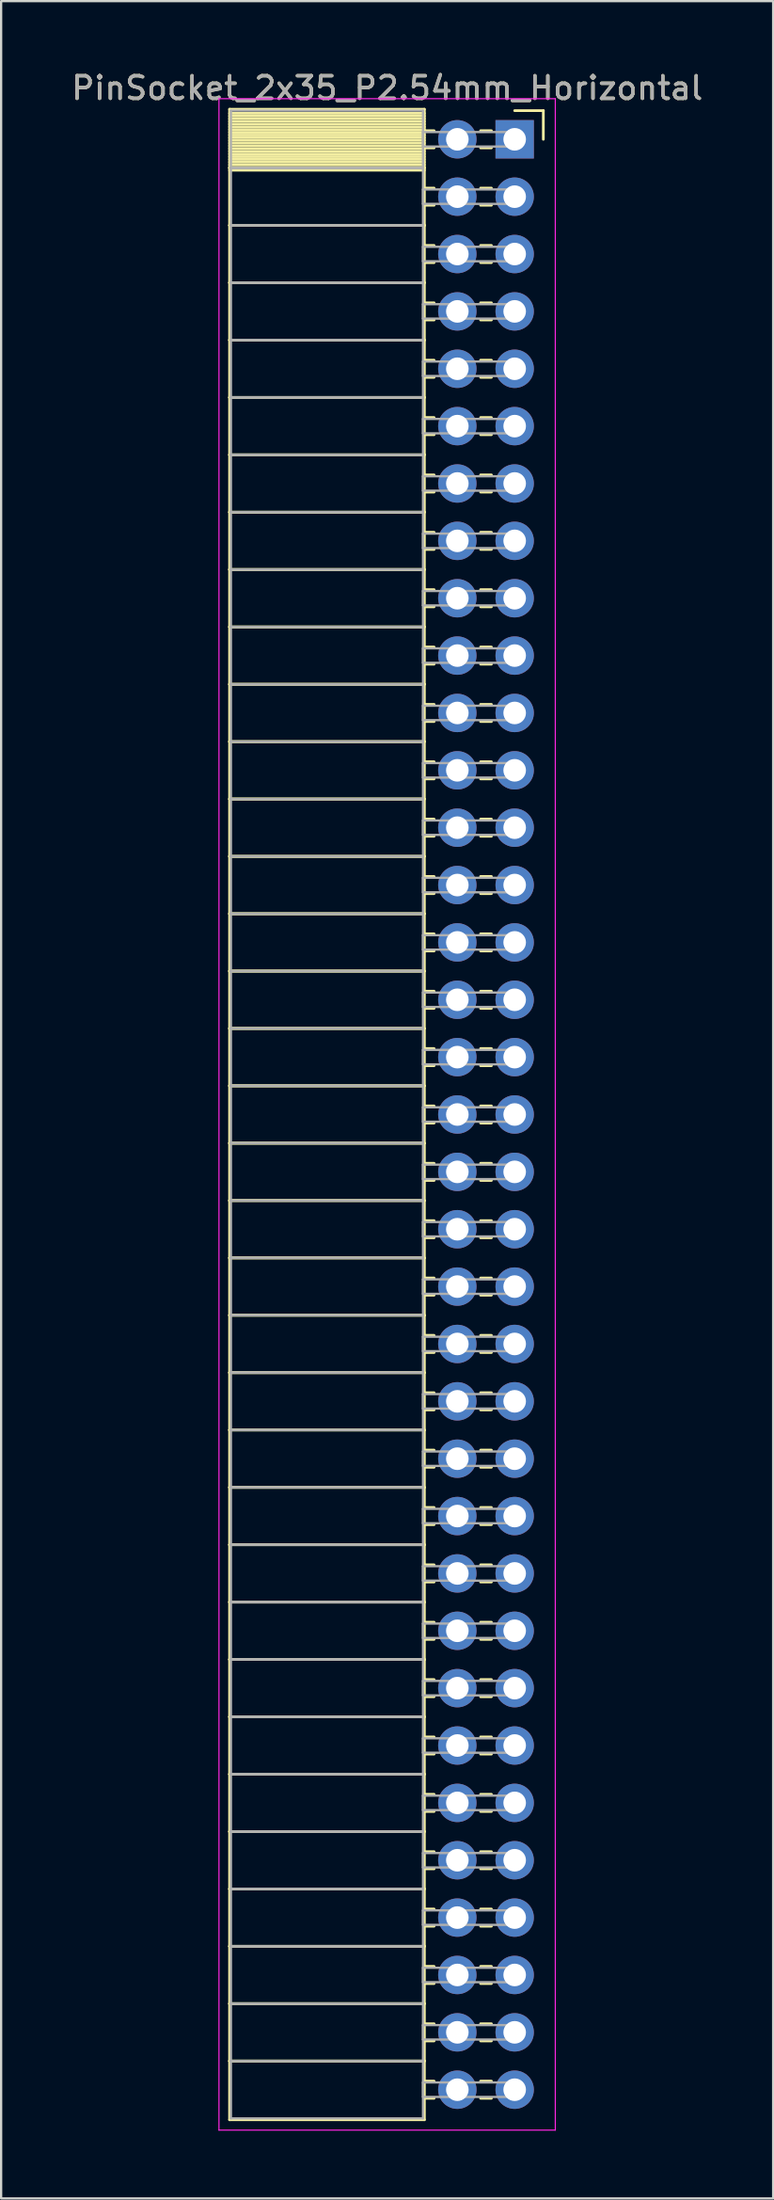
<source format=kicad_pcb>
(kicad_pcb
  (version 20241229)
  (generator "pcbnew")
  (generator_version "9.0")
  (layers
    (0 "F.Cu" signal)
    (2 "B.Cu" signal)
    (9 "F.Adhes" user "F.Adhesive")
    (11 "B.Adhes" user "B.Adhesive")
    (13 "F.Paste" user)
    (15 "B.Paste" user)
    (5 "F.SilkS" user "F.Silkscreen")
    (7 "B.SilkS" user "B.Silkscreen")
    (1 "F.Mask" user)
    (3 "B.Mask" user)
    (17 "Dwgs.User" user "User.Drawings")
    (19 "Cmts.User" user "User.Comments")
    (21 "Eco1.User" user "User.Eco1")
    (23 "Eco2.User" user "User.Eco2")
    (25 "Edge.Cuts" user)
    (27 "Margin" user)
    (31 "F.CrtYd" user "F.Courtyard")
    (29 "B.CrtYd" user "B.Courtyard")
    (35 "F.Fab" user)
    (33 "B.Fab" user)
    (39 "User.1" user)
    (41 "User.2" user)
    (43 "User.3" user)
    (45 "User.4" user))
  (footprint "PinSocket_2x35_P2.54mm_Horizontal"
    (layer "F.Cu")
    (at 19.751 3.118)
    (property "Reference" "PinSocket_2x35_P2.54mm_Horizontal" (at -5.65 -2.27 0) (layer "F.SilkS") (effects (font (size 1 1) (thickness 0.15))))
    (attr through_hole)
    (fp_line (start -12.63 -1.33) (end -4 -1.33) (stroke (width 0.12) (type solid)) (layer "F.SilkS"))
    (fp_line (start -12.63 1.27) (end -12.63 -1.33) (stroke (width 0.12) (type solid)) (layer "F.SilkS"))
    (fp_line (start -12.63 1.27) (end -4 1.27) (stroke (width 0.12) (type solid)) (layer "F.SilkS"))
    (fp_line (start -12.63 3.81) (end -12.63 1.27) (stroke (width 0.12) (type solid)) (layer "F.SilkS"))
    (fp_line (start -12.63 3.81) (end -4 3.81) (stroke (width 0.12) (type solid)) (layer "F.SilkS"))
    (fp_line (start -12.63 6.35) (end -12.63 3.81) (stroke (width 0.12) (type solid)) (layer "F.SilkS"))
    (fp_line (start -12.63 6.35) (end -4 6.35) (stroke (width 0.12) (type solid)) (layer "F.SilkS"))
    (fp_line (start -12.63 8.89) (end -12.63 6.35) (stroke (width 0.12) (type solid)) (layer "F.SilkS"))
    (fp_line (start -12.63 8.89) (end -4 8.89) (stroke (width 0.12) (type solid)) (layer "F.SilkS"))
    (fp_line (start -12.63 11.43) (end -12.63 8.89) (stroke (width 0.12) (type solid)) (layer "F.SilkS"))
    (fp_line (start -12.63 11.43) (end -4 11.43) (stroke (width 0.12) (type solid)) (layer "F.SilkS"))
    (fp_line (start -12.63 13.97) (end -12.63 11.43) (stroke (width 0.12) (type solid)) (layer "F.SilkS"))
    (fp_line (start -12.63 13.97) (end -4 13.97) (stroke (width 0.12) (type solid)) (layer "F.SilkS"))
    (fp_line (start -12.63 16.51) (end -12.63 13.97) (stroke (width 0.12) (type solid)) (layer "F.SilkS"))
    (fp_line (start -12.63 16.51) (end -4 16.51) (stroke (width 0.12) (type solid)) (layer "F.SilkS"))
    (fp_line (start -12.63 19.05) (end -12.63 16.51) (stroke (width 0.12) (type solid)) (layer "F.SilkS"))
    (fp_line (start -12.63 19.05) (end -4 19.05) (stroke (width 0.12) (type solid)) (layer "F.SilkS"))
    (fp_line (start -12.63 21.59) (end -12.63 19.05) (stroke (width 0.12) (type solid)) (layer "F.SilkS"))
    (fp_line (start -12.63 21.59) (end -4 21.59) (stroke (width 0.12) (type solid)) (layer "F.SilkS"))
    (fp_line (start -12.63 24.13) (end -12.63 21.59) (stroke (width 0.12) (type solid)) (layer "F.SilkS"))
    (fp_line (start -12.63 24.13) (end -4 24.13) (stroke (width 0.12) (type solid)) (layer "F.SilkS"))
    (fp_line (start -12.63 26.67) (end -12.63 24.13) (stroke (width 0.12) (type solid)) (layer "F.SilkS"))
    (fp_line (start -12.63 26.67) (end -4 26.67) (stroke (width 0.12) (type solid)) (layer "F.SilkS"))
    (fp_line (start -12.63 29.21) (end -12.63 26.67) (stroke (width 0.12) (type solid)) (layer "F.SilkS"))
    (fp_line (start -12.63 29.21) (end -4 29.21) (stroke (width 0.12) (type solid)) (layer "F.SilkS"))
    (fp_line (start -12.63 31.75) (end -12.63 29.21) (stroke (width 0.12) (type solid)) (layer "F.SilkS"))
    (fp_line (start -12.63 31.75) (end -4 31.75) (stroke (width 0.12) (type solid)) (layer "F.SilkS"))
    (fp_line (start -12.63 34.29) (end -12.63 31.75) (stroke (width 0.12) (type solid)) (layer "F.SilkS"))
    (fp_line (start -12.63 34.29) (end -4 34.29) (stroke (width 0.12) (type solid)) (layer "F.SilkS"))
    (fp_line (start -12.63 36.83) (end -12.63 34.29) (stroke (width 0.12) (type solid)) (layer "F.SilkS"))
    (fp_line (start -12.63 36.83) (end -4 36.83) (stroke (width 0.12) (type solid)) (layer "F.SilkS"))
    (fp_line (start -12.63 39.37) (end -12.63 36.83) (stroke (width 0.12) (type solid)) (layer "F.SilkS"))
    (fp_line (start -12.63 39.37) (end -4 39.37) (stroke (width 0.12) (type solid)) (layer "F.SilkS"))
    (fp_line (start -12.63 41.91) (end -12.63 39.37) (stroke (width 0.12) (type solid)) (layer "F.SilkS"))
    (fp_line (start -12.63 41.91) (end -4 41.91) (stroke (width 0.12) (type solid)) (layer "F.SilkS"))
    (fp_line (start -12.63 44.45) (end -12.63 41.91) (stroke (width 0.12) (type solid)) (layer "F.SilkS"))
    (fp_line (start -12.63 44.45) (end -4 44.45) (stroke (width 0.12) (type solid)) (layer "F.SilkS"))
    (fp_line (start -12.63 46.99) (end -12.63 44.45) (stroke (width 0.12) (type solid)) (layer "F.SilkS"))
    (fp_line (start -12.63 46.99) (end -4 46.99) (stroke (width 0.12) (type solid)) (layer "F.SilkS"))
    (fp_line (start -12.63 49.53) (end -12.63 46.99) (stroke (width 0.12) (type solid)) (layer "F.SilkS"))
    (fp_line (start -12.63 49.53) (end -4 49.53) (stroke (width 0.12) (type solid)) (layer "F.SilkS"))
    (fp_line (start -12.63 52.07) (end -12.63 49.53) (stroke (width 0.12) (type solid)) (layer "F.SilkS"))
    (fp_line (start -12.63 52.07) (end -4 52.07) (stroke (width 0.12) (type solid)) (layer "F.SilkS"))
    (fp_line (start -12.63 54.61) (end -12.63 52.07) (stroke (width 0.12) (type solid)) (layer "F.SilkS"))
    (fp_line (start -12.63 54.61) (end -4 54.61) (stroke (width 0.12) (type solid)) (layer "F.SilkS"))
    (fp_line (start -12.63 57.15) (end -12.63 54.61) (stroke (width 0.12) (type solid)) (layer "F.SilkS"))
    (fp_line (start -12.63 57.15) (end -4 57.15) (stroke (width 0.12) (type solid)) (layer "F.SilkS"))
    (fp_line (start -12.63 59.69) (end -12.63 57.15) (stroke (width 0.12) (type solid)) (layer "F.SilkS"))
    (fp_line (start -12.63 59.69) (end -4 59.69) (stroke (width 0.12) (type solid)) (layer "F.SilkS"))
    (fp_line (start -12.63 62.23) (end -12.63 59.69) (stroke (width 0.12) (type solid)) (layer "F.SilkS"))
    (fp_line (start -12.63 62.23) (end -4 62.23) (stroke (width 0.12) (type solid)) (layer "F.SilkS"))
    (fp_line (start -12.63 64.77) (end -12.63 62.23) (stroke (width 0.12) (type solid)) (layer "F.SilkS"))
    (fp_line (start -12.63 64.77) (end -4 64.77) (stroke (width 0.12) (type solid)) (layer "F.SilkS"))
    (fp_line (start -12.63 67.31) (end -12.63 64.77) (stroke (width 0.12) (type solid)) (layer "F.SilkS"))
    (fp_line (start -12.63 67.31) (end -4 67.31) (stroke (width 0.12) (type solid)) (layer "F.SilkS"))
    (fp_line (start -12.63 69.85) (end -12.63 67.31) (stroke (width 0.12) (type solid)) (layer "F.SilkS"))
    (fp_line (start -12.63 69.85) (end -4 69.85) (stroke (width 0.12) (type solid)) (layer "F.SilkS"))
    (fp_line (start -12.63 72.39) (end -12.63 69.85) (stroke (width 0.12) (type solid)) (layer "F.SilkS"))
    (fp_line (start -12.63 72.39) (end -4 72.39) (stroke (width 0.12) (type solid)) (layer "F.SilkS"))
    (fp_line (start -12.63 74.93) (end -12.63 72.39) (stroke (width 0.12) (type solid)) (layer "F.SilkS"))
    (fp_line (start -12.63 74.93) (end -4 74.93) (stroke (width 0.12) (type solid)) (layer "F.SilkS"))
    (fp_line (start -12.63 77.47) (end -12.63 74.93) (stroke (width 0.12) (type solid)) (layer "F.SilkS"))
    (fp_line (start -12.63 77.47) (end -4 77.47) (stroke (width 0.12) (type solid)) (layer "F.SilkS"))
    (fp_line (start -12.63 80.01) (end -12.63 77.47) (stroke (width 0.12) (type solid)) (layer "F.SilkS"))
    (fp_line (start -12.63 80.01) (end -4 80.01) (stroke (width 0.12) (type solid)) (layer "F.SilkS"))
    (fp_line (start -12.63 82.55) (end -12.63 80.01) (stroke (width 0.12) (type solid)) (layer "F.SilkS"))
    (fp_line (start -12.63 82.55) (end -4 82.55) (stroke (width 0.12) (type solid)) (layer "F.SilkS"))
    (fp_line (start -12.63 85.09) (end -12.63 82.55) (stroke (width 0.12) (type solid)) (layer "F.SilkS"))
    (fp_line (start -12.63 85.09) (end -4 85.09) (stroke (width 0.12) (type solid)) (layer "F.SilkS"))
    (fp_line (start -12.63 87.69) (end -12.63 85.09) (stroke (width 0.12) (type solid)) (layer "F.SilkS"))
    (fp_line (start -4 -1.33) (end -4 1.27) (stroke (width 0.12) (type solid)) (layer "F.SilkS"))
    (fp_line (start -4 -1.15) (end -12.63 -1.15) (stroke (width 0.12) (type solid)) (layer "F.SilkS"))
    (fp_line (start -4 -1.03) (end -12.63 -1.03) (stroke (width 0.12) (type solid)) (layer "F.SilkS"))
    (fp_line (start -4 -0.91) (end -12.63 -0.91) (stroke (width 0.12) (type solid)) (layer "F.SilkS"))
    (fp_line (start -4 -0.79) (end -12.63 -0.79) (stroke (width 0.12) (type solid)) (layer "F.SilkS"))
    (fp_line (start -4 -0.67) (end -12.63 -0.67) (stroke (width 0.12) (type solid)) (layer "F.SilkS"))
    (fp_line (start -4 -0.55) (end -12.63 -0.55) (stroke (width 0.12) (type solid)) (layer "F.SilkS"))
    (fp_line (start -4 -0.43) (end -12.63 -0.43) (stroke (width 0.12) (type solid)) (layer "F.SilkS"))
    (fp_line (start -4 -0.31) (end -12.63 -0.31) (stroke (width 0.12) (type solid)) (layer "F.SilkS"))
    (fp_line (start -4 -0.19) (end -12.63 -0.19) (stroke (width 0.12) (type solid)) (layer "F.SilkS"))
    (fp_line (start -4 -0.07) (end -12.63 -0.07) (stroke (width 0.12) (type solid)) (layer "F.SilkS"))
    (fp_line (start -4 0.05) (end -12.63 0.05) (stroke (width 0.12) (type solid)) (layer "F.SilkS"))
    (fp_line (start -4 0.17) (end -12.63 0.17) (stroke (width 0.12) (type solid)) (layer "F.SilkS"))
    (fp_line (start -4 0.29) (end -12.63 0.29) (stroke (width 0.12) (type solid)) (layer "F.SilkS"))
    (fp_line (start -4 0.41) (end -12.63 0.41) (stroke (width 0.12) (type solid)) (layer "F.SilkS"))
    (fp_line (start -4 0.53) (end -12.63 0.53) (stroke (width 0.12) (type solid)) (layer "F.SilkS"))
    (fp_line (start -4 0.65) (end -12.63 0.65) (stroke (width 0.12) (type solid)) (layer "F.SilkS"))
    (fp_line (start -4 0.77) (end -12.63 0.77) (stroke (width 0.12) (type solid)) (layer "F.SilkS"))
    (fp_line (start -4 0.89) (end -12.63 0.89) (stroke (width 0.12) (type solid)) (layer "F.SilkS"))
    (fp_line (start -4 1.01) (end -12.63 1.01) (stroke (width 0.12) (type solid)) (layer "F.SilkS"))
    (fp_line (start -4 1.13) (end -12.63 1.13) (stroke (width 0.12) (type solid)) (layer "F.SilkS"))
    (fp_line (start -4 1.25) (end -12.63 1.25) (stroke (width 0.12) (type solid)) (layer "F.SilkS"))
    (fp_line (start -4 1.27) (end -12.63 1.27) (stroke (width 0.12) (type solid)) (layer "F.SilkS"))
    (fp_line (start -4 1.27) (end -4 3.81) (stroke (width 0.12) (type solid)) (layer "F.SilkS"))
    (fp_line (start -4 1.37) (end -12.63 1.37) (stroke (width 0.12) (type solid)) (layer "F.SilkS"))
    (fp_line (start -4 3.81) (end -12.63 3.81) (stroke (width 0.12) (type solid)) (layer "F.SilkS"))
    (fp_line (start -4 3.81) (end -4 6.35) (stroke (width 0.12) (type solid)) (layer "F.SilkS"))
    (fp_line (start -4 6.35) (end -12.63 6.35) (stroke (width 0.12) (type solid)) (layer "F.SilkS"))
    (fp_line (start -4 6.35) (end -4 8.89) (stroke (width 0.12) (type solid)) (layer "F.SilkS"))
    (fp_line (start -4 8.89) (end -12.63 8.89) (stroke (width 0.12) (type solid)) (layer "F.SilkS"))
    (fp_line (start -4 8.89) (end -4 11.43) (stroke (width 0.12) (type solid)) (layer "F.SilkS"))
    (fp_line (start -4 11.43) (end -12.63 11.43) (stroke (width 0.12) (type solid)) (layer "F.SilkS"))
    (fp_line (start -4 11.43) (end -4 13.97) (stroke (width 0.12) (type solid)) (layer "F.SilkS"))
    (fp_line (start -4 13.97) (end -12.63 13.97) (stroke (width 0.12) (type solid)) (layer "F.SilkS"))
    (fp_line (start -4 13.97) (end -4 16.51) (stroke (width 0.12) (type solid)) (layer "F.SilkS"))
    (fp_line (start -4 16.51) (end -12.63 16.51) (stroke (width 0.12) (type solid)) (layer "F.SilkS"))
    (fp_line (start -4 16.51) (end -4 19.05) (stroke (width 0.12) (type solid)) (layer "F.SilkS"))
    (fp_line (start -4 19.05) (end -12.63 19.05) (stroke (width 0.12) (type solid)) (layer "F.SilkS"))
    (fp_line (start -4 19.05) (end -4 21.59) (stroke (width 0.12) (type solid)) (layer "F.SilkS"))
    (fp_line (start -4 21.59) (end -12.63 21.59) (stroke (width 0.12) (type solid)) (layer "F.SilkS"))
    (fp_line (start -4 21.59) (end -4 24.13) (stroke (width 0.12) (type solid)) (layer "F.SilkS"))
    (fp_line (start -4 24.13) (end -12.63 24.13) (stroke (width 0.12) (type solid)) (layer "F.SilkS"))
    (fp_line (start -4 24.13) (end -4 26.67) (stroke (width 0.12) (type solid)) (layer "F.SilkS"))
    (fp_line (start -4 26.67) (end -12.63 26.67) (stroke (width 0.12) (type solid)) (layer "F.SilkS"))
    (fp_line (start -4 26.67) (end -4 29.21) (stroke (width 0.12) (type solid)) (layer "F.SilkS"))
    (fp_line (start -4 29.21) (end -12.63 29.21) (stroke (width 0.12) (type solid)) (layer "F.SilkS"))
    (fp_line (start -4 29.21) (end -4 31.75) (stroke (width 0.12) (type solid)) (layer "F.SilkS"))
    (fp_line (start -4 31.75) (end -12.63 31.75) (stroke (width 0.12) (type solid)) (layer "F.SilkS"))
    (fp_line (start -4 31.75) (end -4 34.29) (stroke (width 0.12) (type solid)) (layer "F.SilkS"))
    (fp_line (start -4 34.29) (end -12.63 34.29) (stroke (width 0.12) (type solid)) (layer "F.SilkS"))
    (fp_line (start -4 34.29) (end -4 36.83) (stroke (width 0.12) (type solid)) (layer "F.SilkS"))
    (fp_line (start -4 36.83) (end -12.63 36.83) (stroke (width 0.12) (type solid)) (layer "F.SilkS"))
    (fp_line (start -4 36.83) (end -4 39.37) (stroke (width 0.12) (type solid)) (layer "F.SilkS"))
    (fp_line (start -4 39.37) (end -12.63 39.37) (stroke (width 0.12) (type solid)) (layer "F.SilkS"))
    (fp_line (start -4 39.37) (end -4 41.91) (stroke (width 0.12) (type solid)) (layer "F.SilkS"))
    (fp_line (start -4 41.91) (end -12.63 41.91) (stroke (width 0.12) (type solid)) (layer "F.SilkS"))
    (fp_line (start -4 41.91) (end -4 44.45) (stroke (width 0.12) (type solid)) (layer "F.SilkS"))
    (fp_line (start -4 44.45) (end -12.63 44.45) (stroke (width 0.12) (type solid)) (layer "F.SilkS"))
    (fp_line (start -4 44.45) (end -4 46.99) (stroke (width 0.12) (type solid)) (layer "F.SilkS"))
    (fp_line (start -4 46.99) (end -12.63 46.99) (stroke (width 0.12) (type solid)) (layer "F.SilkS"))
    (fp_line (start -4 46.99) (end -4 49.53) (stroke (width 0.12) (type solid)) (layer "F.SilkS"))
    (fp_line (start -4 49.53) (end -12.63 49.53) (stroke (width 0.12) (type solid)) (layer "F.SilkS"))
    (fp_line (start -4 49.53) (end -4 52.07) (stroke (width 0.12) (type solid)) (layer "F.SilkS"))
    (fp_line (start -4 52.07) (end -12.63 52.07) (stroke (width 0.12) (type solid)) (layer "F.SilkS"))
    (fp_line (start -4 52.07) (end -4 54.61) (stroke (width 0.12) (type solid)) (layer "F.SilkS"))
    (fp_line (start -4 54.61) (end -12.63 54.61) (stroke (width 0.12) (type solid)) (layer "F.SilkS"))
    (fp_line (start -4 54.61) (end -4 57.15) (stroke (width 0.12) (type solid)) (layer "F.SilkS"))
    (fp_line (start -4 57.15) (end -12.63 57.15) (stroke (width 0.12) (type solid)) (layer "F.SilkS"))
    (fp_line (start -4 57.15) (end -4 59.69) (stroke (width 0.12) (type solid)) (layer "F.SilkS"))
    (fp_line (start -4 59.69) (end -12.63 59.69) (stroke (width 0.12) (type solid)) (layer "F.SilkS"))
    (fp_line (start -4 59.69) (end -4 62.23) (stroke (width 0.12) (type solid)) (layer "F.SilkS"))
    (fp_line (start -4 62.23) (end -12.63 62.23) (stroke (width 0.12) (type solid)) (layer "F.SilkS"))
    (fp_line (start -4 62.23) (end -4 64.77) (stroke (width 0.12) (type solid)) (layer "F.SilkS"))
    (fp_line (start -4 64.77) (end -12.63 64.77) (stroke (width 0.12) (type solid)) (layer "F.SilkS"))
    (fp_line (start -4 64.77) (end -4 67.31) (stroke (width 0.12) (type solid)) (layer "F.SilkS"))
    (fp_line (start -4 67.31) (end -12.63 67.31) (stroke (width 0.12) (type solid)) (layer "F.SilkS"))
    (fp_line (start -4 67.31) (end -4 69.85) (stroke (width 0.12) (type solid)) (layer "F.SilkS"))
    (fp_line (start -4 69.85) (end -12.63 69.85) (stroke (width 0.12) (type solid)) (layer "F.SilkS"))
    (fp_line (start -4 69.85) (end -4 72.39) (stroke (width 0.12) (type solid)) (layer "F.SilkS"))
    (fp_line (start -4 72.39) (end -12.63 72.39) (stroke (width 0.12) (type solid)) (layer "F.SilkS"))
    (fp_line (start -4 72.39) (end -4 74.93) (stroke (width 0.12) (type solid)) (layer "F.SilkS"))
    (fp_line (start -4 74.93) (end -12.63 74.93) (stroke (width 0.12) (type solid)) (layer "F.SilkS"))
    (fp_line (start -4 74.93) (end -4 77.47) (stroke (width 0.12) (type solid)) (layer "F.SilkS"))
    (fp_line (start -4 77.47) (end -12.63 77.47) (stroke (width 0.12) (type solid)) (layer "F.SilkS"))
    (fp_line (start -4 77.47) (end -4 80.01) (stroke (width 0.12) (type solid)) (layer "F.SilkS"))
    (fp_line (start -4 80.01) (end -12.63 80.01) (stroke (width 0.12) (type solid)) (layer "F.SilkS"))
    (fp_line (start -4 80.01) (end -4 82.55) (stroke (width 0.12) (type solid)) (layer "F.SilkS"))
    (fp_line (start -4 82.55) (end -12.63 82.55) (stroke (width 0.12) (type solid)) (layer "F.SilkS"))
    (fp_line (start -4 82.55) (end -4 85.09) (stroke (width 0.12) (type solid)) (layer "F.SilkS"))
    (fp_line (start -4 85.09) (end -12.63 85.09) (stroke (width 0.12) (type solid)) (layer "F.SilkS"))
    (fp_line (start -4 85.09) (end -4 87.69) (stroke (width 0.12) (type solid)) (layer "F.SilkS"))
    (fp_line (start -4 87.69) (end -12.63 87.69) (stroke (width 0.12) (type solid)) (layer "F.SilkS"))
    (fp_line (start -3.57 -0.38) (end -4 -0.38) (stroke (width 0.12) (type solid)) (layer "F.SilkS"))
    (fp_line (start -3.57 0.38) (end -4 0.38) (stroke (width 0.12) (type solid)) (layer "F.SilkS"))
    (fp_line (start -3.57 2.16) (end -4 2.16) (stroke (width 0.12) (type solid)) (layer "F.SilkS"))
    (fp_line (start -3.57 2.92) (end -4 2.92) (stroke (width 0.12) (type solid)) (layer "F.SilkS"))
    (fp_line (start -3.57 4.7) (end -4 4.7) (stroke (width 0.12) (type solid)) (layer "F.SilkS"))
    (fp_line (start -3.57 5.46) (end -4 5.46) (stroke (width 0.12) (type solid)) (layer "F.SilkS"))
    (fp_line (start -3.57 7.24) (end -4 7.24) (stroke (width 0.12) (type solid)) (layer "F.SilkS"))
    (fp_line (start -3.57 8) (end -4 8) (stroke (width 0.12) (type solid)) (layer "F.SilkS"))
    (fp_line (start -3.57 9.78) (end -4 9.78) (stroke (width 0.12) (type solid)) (layer "F.SilkS"))
    (fp_line (start -3.57 10.54) (end -4 10.54) (stroke (width 0.12) (type solid)) (layer "F.SilkS"))
    (fp_line (start -3.57 12.32) (end -4 12.32) (stroke (width 0.12) (type solid)) (layer "F.SilkS"))
    (fp_line (start -3.57 13.08) (end -4 13.08) (stroke (width 0.12) (type solid)) (layer "F.SilkS"))
    (fp_line (start -3.57 14.86) (end -4 14.86) (stroke (width 0.12) (type solid)) (layer "F.SilkS"))
    (fp_line (start -3.57 15.62) (end -4 15.62) (stroke (width 0.12) (type solid)) (layer "F.SilkS"))
    (fp_line (start -3.57 17.4) (end -4 17.4) (stroke (width 0.12) (type solid)) (layer "F.SilkS"))
    (fp_line (start -3.57 18.16) (end -4 18.16) (stroke (width 0.12) (type solid)) (layer "F.SilkS"))
    (fp_line (start -3.57 19.94) (end -4 19.94) (stroke (width 0.12) (type solid)) (layer "F.SilkS"))
    (fp_line (start -3.57 20.7) (end -4 20.7) (stroke (width 0.12) (type solid)) (layer "F.SilkS"))
    (fp_line (start -3.57 22.48) (end -4 22.48) (stroke (width 0.12) (type solid)) (layer "F.SilkS"))
    (fp_line (start -3.57 23.24) (end -4 23.24) (stroke (width 0.12) (type solid)) (layer "F.SilkS"))
    (fp_line (start -3.57 25.02) (end -4 25.02) (stroke (width 0.12) (type solid)) (layer "F.SilkS"))
    (fp_line (start -3.57 25.78) (end -4 25.78) (stroke (width 0.12) (type solid)) (layer "F.SilkS"))
    (fp_line (start -3.57 27.56) (end -4 27.56) (stroke (width 0.12) (type solid)) (layer "F.SilkS"))
    (fp_line (start -3.57 28.32) (end -4 28.32) (stroke (width 0.12) (type solid)) (layer "F.SilkS"))
    (fp_line (start -3.57 30.1) (end -4 30.1) (stroke (width 0.12) (type solid)) (layer "F.SilkS"))
    (fp_line (start -3.57 30.86) (end -4 30.86) (stroke (width 0.12) (type solid)) (layer "F.SilkS"))
    (fp_line (start -3.57 32.64) (end -4 32.64) (stroke (width 0.12) (type solid)) (layer "F.SilkS"))
    (fp_line (start -3.57 33.4) (end -4 33.4) (stroke (width 0.12) (type solid)) (layer "F.SilkS"))
    (fp_line (start -3.57 35.18) (end -4 35.18) (stroke (width 0.12) (type solid)) (layer "F.SilkS"))
    (fp_line (start -3.57 35.94) (end -4 35.94) (stroke (width 0.12) (type solid)) (layer "F.SilkS"))
    (fp_line (start -3.57 37.72) (end -4 37.72) (stroke (width 0.12) (type solid)) (layer "F.SilkS"))
    (fp_line (start -3.57 38.48) (end -4 38.48) (stroke (width 0.12) (type solid)) (layer "F.SilkS"))
    (fp_line (start -3.57 40.26) (end -4 40.26) (stroke (width 0.12) (type solid)) (layer "F.SilkS"))
    (fp_line (start -3.57 41.02) (end -4 41.02) (stroke (width 0.12) (type solid)) (layer "F.SilkS"))
    (fp_line (start -3.57 42.8) (end -4 42.8) (stroke (width 0.12) (type solid)) (layer "F.SilkS"))
    (fp_line (start -3.57 43.56) (end -4 43.56) (stroke (width 0.12) (type solid)) (layer "F.SilkS"))
    (fp_line (start -3.57 45.34) (end -4 45.34) (stroke (width 0.12) (type solid)) (layer "F.SilkS"))
    (fp_line (start -3.57 46.1) (end -4 46.1) (stroke (width 0.12) (type solid)) (layer "F.SilkS"))
    (fp_line (start -3.57 47.88) (end -4 47.88) (stroke (width 0.12) (type solid)) (layer "F.SilkS"))
    (fp_line (start -3.57 48.64) (end -4 48.64) (stroke (width 0.12) (type solid)) (layer "F.SilkS"))
    (fp_line (start -3.57 50.42) (end -4 50.42) (stroke (width 0.12) (type solid)) (layer "F.SilkS"))
    (fp_line (start -3.57 51.18) (end -4 51.18) (stroke (width 0.12) (type solid)) (layer "F.SilkS"))
    (fp_line (start -3.57 52.96) (end -4 52.96) (stroke (width 0.12) (type solid)) (layer "F.SilkS"))
    (fp_line (start -3.57 53.72) (end -4 53.72) (stroke (width 0.12) (type solid)) (layer "F.SilkS"))
    (fp_line (start -3.57 55.5) (end -4 55.5) (stroke (width 0.12) (type solid)) (layer "F.SilkS"))
    (fp_line (start -3.57 56.26) (end -4 56.26) (stroke (width 0.12) (type solid)) (layer "F.SilkS"))
    (fp_line (start -3.57 58.04) (end -4 58.04) (stroke (width 0.12) (type solid)) (layer "F.SilkS"))
    (fp_line (start -3.57 58.8) (end -4 58.8) (stroke (width 0.12) (type solid)) (layer "F.SilkS"))
    (fp_line (start -3.57 60.58) (end -4 60.58) (stroke (width 0.12) (type solid)) (layer "F.SilkS"))
    (fp_line (start -3.57 61.34) (end -4 61.34) (stroke (width 0.12) (type solid)) (layer "F.SilkS"))
    (fp_line (start -3.57 63.12) (end -4 63.12) (stroke (width 0.12) (type solid)) (layer "F.SilkS"))
    (fp_line (start -3.57 63.88) (end -4 63.88) (stroke (width 0.12) (type solid)) (layer "F.SilkS"))
    (fp_line (start -3.57 65.66) (end -4 65.66) (stroke (width 0.12) (type solid)) (layer "F.SilkS"))
    (fp_line (start -3.57 66.42) (end -4 66.42) (stroke (width 0.12) (type solid)) (layer "F.SilkS"))
    (fp_line (start -3.57 68.2) (end -4 68.2) (stroke (width 0.12) (type solid)) (layer "F.SilkS"))
    (fp_line (start -3.57 68.96) (end -4 68.96) (stroke (width 0.12) (type solid)) (layer "F.SilkS"))
    (fp_line (start -3.57 70.74) (end -4 70.74) (stroke (width 0.12) (type solid)) (layer "F.SilkS"))
    (fp_line (start -3.57 71.5) (end -4 71.5) (stroke (width 0.12) (type solid)) (layer "F.SilkS"))
    (fp_line (start -3.57 73.28) (end -4 73.28) (stroke (width 0.12) (type solid)) (layer "F.SilkS"))
    (fp_line (start -3.57 74.04) (end -4 74.04) (stroke (width 0.12) (type solid)) (layer "F.SilkS"))
    (fp_line (start -3.57 75.82) (end -4 75.82) (stroke (width 0.12) (type solid)) (layer "F.SilkS"))
    (fp_line (start -3.57 76.58) (end -4 76.58) (stroke (width 0.12) (type solid)) (layer "F.SilkS"))
    (fp_line (start -3.57 78.36) (end -4 78.36) (stroke (width 0.12) (type solid)) (layer "F.SilkS"))
    (fp_line (start -3.57 79.12) (end -4 79.12) (stroke (width 0.12) (type solid)) (layer "F.SilkS"))
    (fp_line (start -3.57 80.9) (end -4 80.9) (stroke (width 0.12) (type solid)) (layer "F.SilkS"))
    (fp_line (start -3.57 81.66) (end -4 81.66) (stroke (width 0.12) (type solid)) (layer "F.SilkS"))
    (fp_line (start -3.57 83.44) (end -4 83.44) (stroke (width 0.12) (type solid)) (layer "F.SilkS"))
    (fp_line (start -3.57 84.2) (end -4 84.2) (stroke (width 0.12) (type solid)) (layer "F.SilkS"))
    (fp_line (start -3.57 85.98) (end -4 85.98) (stroke (width 0.12) (type solid)) (layer "F.SilkS"))
    (fp_line (start -3.57 86.74) (end -4 86.74) (stroke (width 0.12) (type solid)) (layer "F.SilkS"))
    (fp_line (start -1.03 -0.38) (end -1.51 -0.38) (stroke (width 0.12) (type solid)) (layer "F.SilkS"))
    (fp_line (start -1.03 0.38) (end -1.51 0.38) (stroke (width 0.12) (type solid)) (layer "F.SilkS"))
    (fp_line (start -1.03 2.16) (end -1.51 2.16) (stroke (width 0.12) (type solid)) (layer "F.SilkS"))
    (fp_line (start -1.03 2.92) (end -1.51 2.92) (stroke (width 0.12) (type solid)) (layer "F.SilkS"))
    (fp_line (start -1.03 4.7) (end -1.51 4.7) (stroke (width 0.12) (type solid)) (layer "F.SilkS"))
    (fp_line (start -1.03 5.46) (end -1.51 5.46) (stroke (width 0.12) (type solid)) (layer "F.SilkS"))
    (fp_line (start -1.03 7.24) (end -1.51 7.24) (stroke (width 0.12) (type solid)) (layer "F.SilkS"))
    (fp_line (start -1.03 8) (end -1.51 8) (stroke (width 0.12) (type solid)) (layer "F.SilkS"))
    (fp_line (start -1.03 9.78) (end -1.51 9.78) (stroke (width 0.12) (type solid)) (layer "F.SilkS"))
    (fp_line (start -1.03 10.54) (end -1.51 10.54) (stroke (width 0.12) (type solid)) (layer "F.SilkS"))
    (fp_line (start -1.03 12.32) (end -1.51 12.32) (stroke (width 0.12) (type solid)) (layer "F.SilkS"))
    (fp_line (start -1.03 13.08) (end -1.51 13.08) (stroke (width 0.12) (type solid)) (layer "F.SilkS"))
    (fp_line (start -1.03 14.86) (end -1.51 14.86) (stroke (width 0.12) (type solid)) (layer "F.SilkS"))
    (fp_line (start -1.03 15.62) (end -1.51 15.62) (stroke (width 0.12) (type solid)) (layer "F.SilkS"))
    (fp_line (start -1.03 17.4) (end -1.51 17.4) (stroke (width 0.12) (type solid)) (layer "F.SilkS"))
    (fp_line (start -1.03 18.16) (end -1.51 18.16) (stroke (width 0.12) (type solid)) (layer "F.SilkS"))
    (fp_line (start -1.03 19.94) (end -1.51 19.94) (stroke (width 0.12) (type solid)) (layer "F.SilkS"))
    (fp_line (start -1.03 20.7) (end -1.51 20.7) (stroke (width 0.12) (type solid)) (layer "F.SilkS"))
    (fp_line (start -1.03 22.48) (end -1.51 22.48) (stroke (width 0.12) (type solid)) (layer "F.SilkS"))
    (fp_line (start -1.03 23.24) (end -1.51 23.24) (stroke (width 0.12) (type solid)) (layer "F.SilkS"))
    (fp_line (start -1.03 25.02) (end -1.51 25.02) (stroke (width 0.12) (type solid)) (layer "F.SilkS"))
    (fp_line (start -1.03 25.78) (end -1.51 25.78) (stroke (width 0.12) (type solid)) (layer "F.SilkS"))
    (fp_line (start -1.03 27.56) (end -1.51 27.56) (stroke (width 0.12) (type solid)) (layer "F.SilkS"))
    (fp_line (start -1.03 28.32) (end -1.51 28.32) (stroke (width 0.12) (type solid)) (layer "F.SilkS"))
    (fp_line (start -1.03 30.1) (end -1.51 30.1) (stroke (width 0.12) (type solid)) (layer "F.SilkS"))
    (fp_line (start -1.03 30.86) (end -1.51 30.86) (stroke (width 0.12) (type solid)) (layer "F.SilkS"))
    (fp_line (start -1.03 32.64) (end -1.51 32.64) (stroke (width 0.12) (type solid)) (layer "F.SilkS"))
    (fp_line (start -1.03 33.4) (end -1.51 33.4) (stroke (width 0.12) (type solid)) (layer "F.SilkS"))
    (fp_line (start -1.03 35.18) (end -1.51 35.18) (stroke (width 0.12) (type solid)) (layer "F.SilkS"))
    (fp_line (start -1.03 35.94) (end -1.51 35.94) (stroke (width 0.12) (type solid)) (layer "F.SilkS"))
    (fp_line (start -1.03 37.72) (end -1.51 37.72) (stroke (width 0.12) (type solid)) (layer "F.SilkS"))
    (fp_line (start -1.03 38.48) (end -1.51 38.48) (stroke (width 0.12) (type solid)) (layer "F.SilkS"))
    (fp_line (start -1.03 40.26) (end -1.51 40.26) (stroke (width 0.12) (type solid)) (layer "F.SilkS"))
    (fp_line (start -1.03 41.02) (end -1.51 41.02) (stroke (width 0.12) (type solid)) (layer "F.SilkS"))
    (fp_line (start -1.03 42.8) (end -1.51 42.8) (stroke (width 0.12) (type solid)) (layer "F.SilkS"))
    (fp_line (start -1.03 43.56) (end -1.51 43.56) (stroke (width 0.12) (type solid)) (layer "F.SilkS"))
    (fp_line (start -1.03 45.34) (end -1.51 45.34) (stroke (width 0.12) (type solid)) (layer "F.SilkS"))
    (fp_line (start -1.03 46.1) (end -1.51 46.1) (stroke (width 0.12) (type solid)) (layer "F.SilkS"))
    (fp_line (start -1.03 47.88) (end -1.51 47.88) (stroke (width 0.12) (type solid)) (layer "F.SilkS"))
    (fp_line (start -1.03 48.64) (end -1.51 48.64) (stroke (width 0.12) (type solid)) (layer "F.SilkS"))
    (fp_line (start -1.03 50.42) (end -1.51 50.42) (stroke (width 0.12) (type solid)) (layer "F.SilkS"))
    (fp_line (start -1.03 51.18) (end -1.51 51.18) (stroke (width 0.12) (type solid)) (layer "F.SilkS"))
    (fp_line (start -1.03 52.96) (end -1.51 52.96) (stroke (width 0.12) (type solid)) (layer "F.SilkS"))
    (fp_line (start -1.03 53.72) (end -1.51 53.72) (stroke (width 0.12) (type solid)) (layer "F.SilkS"))
    (fp_line (start -1.03 55.5) (end -1.51 55.5) (stroke (width 0.12) (type solid)) (layer "F.SilkS"))
    (fp_line (start -1.03 56.26) (end -1.51 56.26) (stroke (width 0.12) (type solid)) (layer "F.SilkS"))
    (fp_line (start -1.03 58.04) (end -1.51 58.04) (stroke (width 0.12) (type solid)) (layer "F.SilkS"))
    (fp_line (start -1.03 58.8) (end -1.51 58.8) (stroke (width 0.12) (type solid)) (layer "F.SilkS"))
    (fp_line (start -1.03 60.58) (end -1.51 60.58) (stroke (width 0.12) (type solid)) (layer "F.SilkS"))
    (fp_line (start -1.03 61.34) (end -1.51 61.34) (stroke (width 0.12) (type solid)) (layer "F.SilkS"))
    (fp_line (start -1.03 63.12) (end -1.51 63.12) (stroke (width 0.12) (type solid)) (layer "F.SilkS"))
    (fp_line (start -1.03 63.88) (end -1.51 63.88) (stroke (width 0.12) (type solid)) (layer "F.SilkS"))
    (fp_line (start -1.03 65.66) (end -1.51 65.66) (stroke (width 0.12) (type solid)) (layer "F.SilkS"))
    (fp_line (start -1.03 66.42) (end -1.51 66.42) (stroke (width 0.12) (type solid)) (layer "F.SilkS"))
    (fp_line (start -1.03 68.2) (end -1.51 68.2) (stroke (width 0.12) (type solid)) (layer "F.SilkS"))
    (fp_line (start -1.03 68.96) (end -1.51 68.96) (stroke (width 0.12) (type solid)) (layer "F.SilkS"))
    (fp_line (start -1.03 70.74) (end -1.51 70.74) (stroke (width 0.12) (type solid)) (layer "F.SilkS"))
    (fp_line (start -1.03 71.5) (end -1.51 71.5) (stroke (width 0.12) (type solid)) (layer "F.SilkS"))
    (fp_line (start -1.03 73.28) (end -1.51 73.28) (stroke (width 0.12) (type solid)) (layer "F.SilkS"))
    (fp_line (start -1.03 74.04) (end -1.51 74.04) (stroke (width 0.12) (type solid)) (layer "F.SilkS"))
    (fp_line (start -1.03 75.82) (end -1.51 75.82) (stroke (width 0.12) (type solid)) (layer "F.SilkS"))
    (fp_line (start -1.03 76.58) (end -1.51 76.58) (stroke (width 0.12) (type solid)) (layer "F.SilkS"))
    (fp_line (start -1.03 78.36) (end -1.51 78.36) (stroke (width 0.12) (type solid)) (layer "F.SilkS"))
    (fp_line (start -1.03 79.12) (end -1.51 79.12) (stroke (width 0.12) (type solid)) (layer "F.SilkS"))
    (fp_line (start -1.03 80.9) (end -1.51 80.9) (stroke (width 0.12) (type solid)) (layer "F.SilkS"))
    (fp_line (start -1.03 81.66) (end -1.51 81.66) (stroke (width 0.12) (type solid)) (layer "F.SilkS"))
    (fp_line (start -1.03 83.44) (end -1.51 83.44) (stroke (width 0.12) (type solid)) (layer "F.SilkS"))
    (fp_line (start -1.03 84.2) (end -1.51 84.2) (stroke (width 0.12) (type solid)) (layer "F.SilkS"))
    (fp_line (start -1.03 85.98) (end -1.51 85.98) (stroke (width 0.12) (type solid)) (layer "F.SilkS"))
    (fp_line (start -1.03 86.74) (end -1.51 86.74) (stroke (width 0.12) (type solid)) (layer "F.SilkS"))
    (fp_line (start 0 -1.27) (end 1.27 -1.27) (stroke (width 0.12) (type solid)) (layer "F.SilkS"))
    (fp_line (start 1.27 -1.27) (end 1.27 0) (stroke (width 0.12) (type solid)) (layer "F.SilkS"))
    (fp_line (start -13.1 -1.8) (end 1.8 -1.8) (stroke (width 0.05) (type solid)) (layer "F.CrtYd"))
    (fp_line (start -13.1 88.15) (end -13.1 -1.8) (stroke (width 0.05) (type solid)) (layer "F.CrtYd"))
    (fp_line (start 1.8 -1.8) (end 1.8 88.15) (stroke (width 0.05) (type solid)) (layer "F.CrtYd"))
    (fp_line (start 1.8 88.15) (end -13.1 88.15) (stroke (width 0.05) (type solid)) (layer "F.CrtYd"))
    (fp_line (start -12.57 -1.27) (end -4.06 -1.27) (stroke (width 0.1) (type solid)) (layer "F.Fab"))
    (fp_line (start -12.57 1.27) (end -12.57 -1.27) (stroke (width 0.1) (type solid)) (layer "F.Fab"))
    (fp_line (start -12.57 1.27) (end -4.06 1.27) (stroke (width 0.1) (type solid)) (layer "F.Fab"))
    (fp_line (start -12.57 3.81) (end -12.57 1.27) (stroke (width 0.1) (type solid)) (layer "F.Fab"))
    (fp_line (start -12.57 3.81) (end -4.06 3.81) (stroke (width 0.1) (type solid)) (layer "F.Fab"))
    (fp_line (start -12.57 6.35) (end -12.57 3.81) (stroke (width 0.1) (type solid)) (layer "F.Fab"))
    (fp_line (start -12.57 6.35) (end -4.06 6.35) (stroke (width 0.1) (type solid)) (layer "F.Fab"))
    (fp_line (start -12.57 8.89) (end -12.57 6.35) (stroke (width 0.1) (type solid)) (layer "F.Fab"))
    (fp_line (start -12.57 8.89) (end -4.06 8.89) (stroke (width 0.1) (type solid)) (layer "F.Fab"))
    (fp_line (start -12.57 11.43) (end -12.57 8.89) (stroke (width 0.1) (type solid)) (layer "F.Fab"))
    (fp_line (start -12.57 11.43) (end -4.06 11.43) (stroke (width 0.1) (type solid)) (layer "F.Fab"))
    (fp_line (start -12.57 13.97) (end -12.57 11.43) (stroke (width 0.1) (type solid)) (layer "F.Fab"))
    (fp_line (start -12.57 13.97) (end -4.06 13.97) (stroke (width 0.1) (type solid)) (layer "F.Fab"))
    (fp_line (start -12.57 16.51) (end -12.57 13.97) (stroke (width 0.1) (type solid)) (layer "F.Fab"))
    (fp_line (start -12.57 16.51) (end -4.06 16.51) (stroke (width 0.1) (type solid)) (layer "F.Fab"))
    (fp_line (start -12.57 19.05) (end -12.57 16.51) (stroke (width 0.1) (type solid)) (layer "F.Fab"))
    (fp_line (start -12.57 19.05) (end -4.06 19.05) (stroke (width 0.1) (type solid)) (layer "F.Fab"))
    (fp_line (start -12.57 21.59) (end -12.57 19.05) (stroke (width 0.1) (type solid)) (layer "F.Fab"))
    (fp_line (start -12.57 21.59) (end -4.06 21.59) (stroke (width 0.1) (type solid)) (layer "F.Fab"))
    (fp_line (start -12.57 24.13) (end -12.57 21.59) (stroke (width 0.1) (type solid)) (layer "F.Fab"))
    (fp_line (start -12.57 24.13) (end -4.06 24.13) (stroke (width 0.1) (type solid)) (layer "F.Fab"))
    (fp_line (start -12.57 26.67) (end -12.57 24.13) (stroke (width 0.1) (type solid)) (layer "F.Fab"))
    (fp_line (start -12.57 26.67) (end -4.06 26.67) (stroke (width 0.1) (type solid)) (layer "F.Fab"))
    (fp_line (start -12.57 29.21) (end -12.57 26.67) (stroke (width 0.1) (type solid)) (layer "F.Fab"))
    (fp_line (start -12.57 29.21) (end -4.06 29.21) (stroke (width 0.1) (type solid)) (layer "F.Fab"))
    (fp_line (start -12.57 31.75) (end -12.57 29.21) (stroke (width 0.1) (type solid)) (layer "F.Fab"))
    (fp_line (start -12.57 31.75) (end -4.06 31.75) (stroke (width 0.1) (type solid)) (layer "F.Fab"))
    (fp_line (start -12.57 34.29) (end -12.57 31.75) (stroke (width 0.1) (type solid)) (layer "F.Fab"))
    (fp_line (start -12.57 34.29) (end -4.06 34.29) (stroke (width 0.1) (type solid)) (layer "F.Fab"))
    (fp_line (start -12.57 36.83) (end -12.57 34.29) (stroke (width 0.1) (type solid)) (layer "F.Fab"))
    (fp_line (start -12.57 36.83) (end -4.06 36.83) (stroke (width 0.1) (type solid)) (layer "F.Fab"))
    (fp_line (start -12.57 39.37) (end -12.57 36.83) (stroke (width 0.1) (type solid)) (layer "F.Fab"))
    (fp_line (start -12.57 39.37) (end -4.06 39.37) (stroke (width 0.1) (type solid)) (layer "F.Fab"))
    (fp_line (start -12.57 41.91) (end -12.57 39.37) (stroke (width 0.1) (type solid)) (layer "F.Fab"))
    (fp_line (start -12.57 41.91) (end -4.06 41.91) (stroke (width 0.1) (type solid)) (layer "F.Fab"))
    (fp_line (start -12.57 44.45) (end -12.57 41.91) (stroke (width 0.1) (type solid)) (layer "F.Fab"))
    (fp_line (start -12.57 44.45) (end -4.06 44.45) (stroke (width 0.1) (type solid)) (layer "F.Fab"))
    (fp_line (start -12.57 46.99) (end -12.57 44.45) (stroke (width 0.1) (type solid)) (layer "F.Fab"))
    (fp_line (start -12.57 46.99) (end -4.06 46.99) (stroke (width 0.1) (type solid)) (layer "F.Fab"))
    (fp_line (start -12.57 49.53) (end -12.57 46.99) (stroke (width 0.1) (type solid)) (layer "F.Fab"))
    (fp_line (start -12.57 49.53) (end -4.06 49.53) (stroke (width 0.1) (type solid)) (layer "F.Fab"))
    (fp_line (start -12.57 52.07) (end -12.57 49.53) (stroke (width 0.1) (type solid)) (layer "F.Fab"))
    (fp_line (start -12.57 52.07) (end -4.06 52.07) (stroke (width 0.1) (type solid)) (layer "F.Fab"))
    (fp_line (start -12.57 54.61) (end -12.57 52.07) (stroke (width 0.1) (type solid)) (layer "F.Fab"))
    (fp_line (start -12.57 54.61) (end -4.06 54.61) (stroke (width 0.1) (type solid)) (layer "F.Fab"))
    (fp_line (start -12.57 57.15) (end -12.57 54.61) (stroke (width 0.1) (type solid)) (layer "F.Fab"))
    (fp_line (start -12.57 57.15) (end -4.06 57.15) (stroke (width 0.1) (type solid)) (layer "F.Fab"))
    (fp_line (start -12.57 59.69) (end -12.57 57.15) (stroke (width 0.1) (type solid)) (layer "F.Fab"))
    (fp_line (start -12.57 59.69) (end -4.06 59.69) (stroke (width 0.1) (type solid)) (layer "F.Fab"))
    (fp_line (start -12.57 62.23) (end -12.57 59.69) (stroke (width 0.1) (type solid)) (layer "F.Fab"))
    (fp_line (start -12.57 62.23) (end -4.06 62.23) (stroke (width 0.1) (type solid)) (layer "F.Fab"))
    (fp_line (start -12.57 64.77) (end -12.57 62.23) (stroke (width 0.1) (type solid)) (layer "F.Fab"))
    (fp_line (start -12.57 64.77) (end -4.06 64.77) (stroke (width 0.1) (type solid)) (layer "F.Fab"))
    (fp_line (start -12.57 67.31) (end -12.57 64.77) (stroke (width 0.1) (type solid)) (layer "F.Fab"))
    (fp_line (start -12.57 67.31) (end -4.06 67.31) (stroke (width 0.1) (type solid)) (layer "F.Fab"))
    (fp_line (start -12.57 69.85) (end -12.57 67.31) (stroke (width 0.1) (type solid)) (layer "F.Fab"))
    (fp_line (start -12.57 69.85) (end -4.06 69.85) (stroke (width 0.1) (type solid)) (layer "F.Fab"))
    (fp_line (start -12.57 72.39) (end -12.57 69.85) (stroke (width 0.1) (type solid)) (layer "F.Fab"))
    (fp_line (start -12.57 72.39) (end -4.06 72.39) (stroke (width 0.1) (type solid)) (layer "F.Fab"))
    (fp_line (start -12.57 74.93) (end -12.57 72.39) (stroke (width 0.1) (type solid)) (layer "F.Fab"))
    (fp_line (start -12.57 74.93) (end -4.06 74.93) (stroke (width 0.1) (type solid)) (layer "F.Fab"))
    (fp_line (start -12.57 77.47) (end -12.57 74.93) (stroke (width 0.1) (type solid)) (layer "F.Fab"))
    (fp_line (start -12.57 77.47) (end -4.06 77.47) (stroke (width 0.1) (type solid)) (layer "F.Fab"))
    (fp_line (start -12.57 80.01) (end -12.57 77.47) (stroke (width 0.1) (type solid)) (layer "F.Fab"))
    (fp_line (start -12.57 80.01) (end -4.06 80.01) (stroke (width 0.1) (type solid)) (layer "F.Fab"))
    (fp_line (start -12.57 82.55) (end -12.57 80.01) (stroke (width 0.1) (type solid)) (layer "F.Fab"))
    (fp_line (start -12.57 82.55) (end -4.06 82.55) (stroke (width 0.1) (type solid)) (layer "F.Fab"))
    (fp_line (start -12.57 85.09) (end -12.57 82.55) (stroke (width 0.1) (type solid)) (layer "F.Fab"))
    (fp_line (start -12.57 85.09) (end -4.06 85.09) (stroke (width 0.1) (type solid)) (layer "F.Fab"))
    (fp_line (start -12.57 87.63) (end -12.57 85.09) (stroke (width 0.1) (type solid)) (layer "F.Fab"))
    (fp_line (start -4.06 -1.27) (end -4.06 1.27) (stroke (width 0.1) (type solid)) (layer "F.Fab"))
    (fp_line (start -4.06 -0.32) (end 0 -0.32) (stroke (width 0.1) (type solid)) (layer "F.Fab"))
    (fp_line (start -4.06 0.32) (end -4.06 -0.32) (stroke (width 0.1) (type solid)) (layer "F.Fab"))
    (fp_line (start -4.06 1.27) (end -12.57 1.27) (stroke (width 0.1) (type solid)) (layer "F.Fab"))
    (fp_line (start -4.06 1.27) (end -4.06 3.81) (stroke (width 0.1) (type solid)) (layer "F.Fab"))
    (fp_line (start -4.06 2.22) (end 0 2.22) (stroke (width 0.1) (type solid)) (layer "F.Fab"))
    (fp_line (start -4.06 2.86) (end -4.06 2.22) (stroke (width 0.1) (type solid)) (layer "F.Fab"))
    (fp_line (start -4.06 3.81) (end -12.57 3.81) (stroke (width 0.1) (type solid)) (layer "F.Fab"))
    (fp_line (start -4.06 3.81) (end -4.06 6.35) (stroke (width 0.1) (type solid)) (layer "F.Fab"))
    (fp_line (start -4.06 4.76) (end 0 4.76) (stroke (width 0.1) (type solid)) (layer "F.Fab"))
    (fp_line (start -4.06 5.4) (end -4.06 4.76) (stroke (width 0.1) (type solid)) (layer "F.Fab"))
    (fp_line (start -4.06 6.35) (end -12.57 6.35) (stroke (width 0.1) (type solid)) (layer "F.Fab"))
    (fp_line (start -4.06 6.35) (end -4.06 8.89) (stroke (width 0.1) (type solid)) (layer "F.Fab"))
    (fp_line (start -4.06 7.3) (end 0 7.3) (stroke (width 0.1) (type solid)) (layer "F.Fab"))
    (fp_line (start -4.06 7.94) (end -4.06 7.3) (stroke (width 0.1) (type solid)) (layer "F.Fab"))
    (fp_line (start -4.06 8.89) (end -12.57 8.89) (stroke (width 0.1) (type solid)) (layer "F.Fab"))
    (fp_line (start -4.06 8.89) (end -4.06 11.43) (stroke (width 0.1) (type solid)) (layer "F.Fab"))
    (fp_line (start -4.06 9.84) (end 0 9.84) (stroke (width 0.1) (type solid)) (layer "F.Fab"))
    (fp_line (start -4.06 10.48) (end -4.06 9.84) (stroke (width 0.1) (type solid)) (layer "F.Fab"))
    (fp_line (start -4.06 11.43) (end -12.57 11.43) (stroke (width 0.1) (type solid)) (layer "F.Fab"))
    (fp_line (start -4.06 11.43) (end -4.06 13.97) (stroke (width 0.1) (type solid)) (layer "F.Fab"))
    (fp_line (start -4.06 12.38) (end 0 12.38) (stroke (width 0.1) (type solid)) (layer "F.Fab"))
    (fp_line (start -4.06 13.02) (end -4.06 12.38) (stroke (width 0.1) (type solid)) (layer "F.Fab"))
    (fp_line (start -4.06 13.97) (end -12.57 13.97) (stroke (width 0.1) (type solid)) (layer "F.Fab"))
    (fp_line (start -4.06 13.97) (end -4.06 16.51) (stroke (width 0.1) (type solid)) (layer "F.Fab"))
    (fp_line (start -4.06 14.92) (end 0 14.92) (stroke (width 0.1) (type solid)) (layer "F.Fab"))
    (fp_line (start -4.06 15.56) (end -4.06 14.92) (stroke (width 0.1) (type solid)) (layer "F.Fab"))
    (fp_line (start -4.06 16.51) (end -12.57 16.51) (stroke (width 0.1) (type solid)) (layer "F.Fab"))
    (fp_line (start -4.06 16.51) (end -4.06 19.05) (stroke (width 0.1) (type solid)) (layer "F.Fab"))
    (fp_line (start -4.06 17.46) (end 0 17.46) (stroke (width 0.1) (type solid)) (layer "F.Fab"))
    (fp_line (start -4.06 18.1) (end -4.06 17.46) (stroke (width 0.1) (type solid)) (layer "F.Fab"))
    (fp_line (start -4.06 19.05) (end -12.57 19.05) (stroke (width 0.1) (type solid)) (layer "F.Fab"))
    (fp_line (start -4.06 19.05) (end -4.06 21.59) (stroke (width 0.1) (type solid)) (layer "F.Fab"))
    (fp_line (start -4.06 20) (end 0 20) (stroke (width 0.1) (type solid)) (layer "F.Fab"))
    (fp_line (start -4.06 20.64) (end -4.06 20) (stroke (width 0.1) (type solid)) (layer "F.Fab"))
    (fp_line (start -4.06 21.59) (end -12.57 21.59) (stroke (width 0.1) (type solid)) (layer "F.Fab"))
    (fp_line (start -4.06 21.59) (end -4.06 24.13) (stroke (width 0.1) (type solid)) (layer "F.Fab"))
    (fp_line (start -4.06 22.54) (end 0 22.54) (stroke (width 0.1) (type solid)) (layer "F.Fab"))
    (fp_line (start -4.06 23.18) (end -4.06 22.54) (stroke (width 0.1) (type solid)) (layer "F.Fab"))
    (fp_line (start -4.06 24.13) (end -12.57 24.13) (stroke (width 0.1) (type solid)) (layer "F.Fab"))
    (fp_line (start -4.06 24.13) (end -4.06 26.67) (stroke (width 0.1) (type solid)) (layer "F.Fab"))
    (fp_line (start -4.06 25.08) (end 0 25.08) (stroke (width 0.1) (type solid)) (layer "F.Fab"))
    (fp_line (start -4.06 25.72) (end -4.06 25.08) (stroke (width 0.1) (type solid)) (layer "F.Fab"))
    (fp_line (start -4.06 26.67) (end -12.57 26.67) (stroke (width 0.1) (type solid)) (layer "F.Fab"))
    (fp_line (start -4.06 26.67) (end -4.06 29.21) (stroke (width 0.1) (type solid)) (layer "F.Fab"))
    (fp_line (start -4.06 27.62) (end 0 27.62) (stroke (width 0.1) (type solid)) (layer "F.Fab"))
    (fp_line (start -4.06 28.26) (end -4.06 27.62) (stroke (width 0.1) (type solid)) (layer "F.Fab"))
    (fp_line (start -4.06 29.21) (end -12.57 29.21) (stroke (width 0.1) (type solid)) (layer "F.Fab"))
    (fp_line (start -4.06 29.21) (end -4.06 31.75) (stroke (width 0.1) (type solid)) (layer "F.Fab"))
    (fp_line (start -4.06 30.16) (end 0 30.16) (stroke (width 0.1) (type solid)) (layer "F.Fab"))
    (fp_line (start -4.06 30.8) (end -4.06 30.16) (stroke (width 0.1) (type solid)) (layer "F.Fab"))
    (fp_line (start -4.06 31.75) (end -12.57 31.75) (stroke (width 0.1) (type solid)) (layer "F.Fab"))
    (fp_line (start -4.06 31.75) (end -4.06 34.29) (stroke (width 0.1) (type solid)) (layer "F.Fab"))
    (fp_line (start -4.06 32.7) (end 0 32.7) (stroke (width 0.1) (type solid)) (layer "F.Fab"))
    (fp_line (start -4.06 33.34) (end -4.06 32.7) (stroke (width 0.1) (type solid)) (layer "F.Fab"))
    (fp_line (start -4.06 34.29) (end -12.57 34.29) (stroke (width 0.1) (type solid)) (layer "F.Fab"))
    (fp_line (start -4.06 34.29) (end -4.06 36.83) (stroke (width 0.1) (type solid)) (layer "F.Fab"))
    (fp_line (start -4.06 35.24) (end 0 35.24) (stroke (width 0.1) (type solid)) (layer "F.Fab"))
    (fp_line (start -4.06 35.88) (end -4.06 35.24) (stroke (width 0.1) (type solid)) (layer "F.Fab"))
    (fp_line (start -4.06 36.83) (end -12.57 36.83) (stroke (width 0.1) (type solid)) (layer "F.Fab"))
    (fp_line (start -4.06 36.83) (end -4.06 39.37) (stroke (width 0.1) (type solid)) (layer "F.Fab"))
    (fp_line (start -4.06 37.78) (end 0 37.78) (stroke (width 0.1) (type solid)) (layer "F.Fab"))
    (fp_line (start -4.06 38.42) (end -4.06 37.78) (stroke (width 0.1) (type solid)) (layer "F.Fab"))
    (fp_line (start -4.06 39.37) (end -12.57 39.37) (stroke (width 0.1) (type solid)) (layer "F.Fab"))
    (fp_line (start -4.06 39.37) (end -4.06 41.91) (stroke (width 0.1) (type solid)) (layer "F.Fab"))
    (fp_line (start -4.06 40.32) (end 0 40.32) (stroke (width 0.1) (type solid)) (layer "F.Fab"))
    (fp_line (start -4.06 40.96) (end -4.06 40.32) (stroke (width 0.1) (type solid)) (layer "F.Fab"))
    (fp_line (start -4.06 41.91) (end -12.57 41.91) (stroke (width 0.1) (type solid)) (layer "F.Fab"))
    (fp_line (start -4.06 41.91) (end -4.06 44.45) (stroke (width 0.1) (type solid)) (layer "F.Fab"))
    (fp_line (start -4.06 42.86) (end 0 42.86) (stroke (width 0.1) (type solid)) (layer "F.Fab"))
    (fp_line (start -4.06 43.5) (end -4.06 42.86) (stroke (width 0.1) (type solid)) (layer "F.Fab"))
    (fp_line (start -4.06 44.45) (end -12.57 44.45) (stroke (width 0.1) (type solid)) (layer "F.Fab"))
    (fp_line (start -4.06 44.45) (end -4.06 46.99) (stroke (width 0.1) (type solid)) (layer "F.Fab"))
    (fp_line (start -4.06 45.4) (end 0 45.4) (stroke (width 0.1) (type solid)) (layer "F.Fab"))
    (fp_line (start -4.06 46.04) (end -4.06 45.4) (stroke (width 0.1) (type solid)) (layer "F.Fab"))
    (fp_line (start -4.06 46.99) (end -12.57 46.99) (stroke (width 0.1) (type solid)) (layer "F.Fab"))
    (fp_line (start -4.06 46.99) (end -4.06 49.53) (stroke (width 0.1) (type solid)) (layer "F.Fab"))
    (fp_line (start -4.06 47.94) (end 0 47.94) (stroke (width 0.1) (type solid)) (layer "F.Fab"))
    (fp_line (start -4.06 48.58) (end -4.06 47.94) (stroke (width 0.1) (type solid)) (layer "F.Fab"))
    (fp_line (start -4.06 49.53) (end -12.57 49.53) (stroke (width 0.1) (type solid)) (layer "F.Fab"))
    (fp_line (start -4.06 49.53) (end -4.06 52.07) (stroke (width 0.1) (type solid)) (layer "F.Fab"))
    (fp_line (start -4.06 50.48) (end 0 50.48) (stroke (width 0.1) (type solid)) (layer "F.Fab"))
    (fp_line (start -4.06 51.12) (end -4.06 50.48) (stroke (width 0.1) (type solid)) (layer "F.Fab"))
    (fp_line (start -4.06 52.07) (end -12.57 52.07) (stroke (width 0.1) (type solid)) (layer "F.Fab"))
    (fp_line (start -4.06 52.07) (end -4.06 54.61) (stroke (width 0.1) (type solid)) (layer "F.Fab"))
    (fp_line (start -4.06 53.02) (end 0 53.02) (stroke (width 0.1) (type solid)) (layer "F.Fab"))
    (fp_line (start -4.06 53.66) (end -4.06 53.02) (stroke (width 0.1) (type solid)) (layer "F.Fab"))
    (fp_line (start -4.06 54.61) (end -12.57 54.61) (stroke (width 0.1) (type solid)) (layer "F.Fab"))
    (fp_line (start -4.06 54.61) (end -4.06 57.15) (stroke (width 0.1) (type solid)) (layer "F.Fab"))
    (fp_line (start -4.06 55.56) (end 0 55.56) (stroke (width 0.1) (type solid)) (layer "F.Fab"))
    (fp_line (start -4.06 56.2) (end -4.06 55.56) (stroke (width 0.1) (type solid)) (layer "F.Fab"))
    (fp_line (start -4.06 57.15) (end -12.57 57.15) (stroke (width 0.1) (type solid)) (layer "F.Fab"))
    (fp_line (start -4.06 57.15) (end -4.06 59.69) (stroke (width 0.1) (type solid)) (layer "F.Fab"))
    (fp_line (start -4.06 58.1) (end 0 58.1) (stroke (width 0.1) (type solid)) (layer "F.Fab"))
    (fp_line (start -4.06 58.74) (end -4.06 58.1) (stroke (width 0.1) (type solid)) (layer "F.Fab"))
    (fp_line (start -4.06 59.69) (end -12.57 59.69) (stroke (width 0.1) (type solid)) (layer "F.Fab"))
    (fp_line (start -4.06 59.69) (end -4.06 62.23) (stroke (width 0.1) (type solid)) (layer "F.Fab"))
    (fp_line (start -4.06 60.64) (end 0 60.64) (stroke (width 0.1) (type solid)) (layer "F.Fab"))
    (fp_line (start -4.06 61.28) (end -4.06 60.64) (stroke (width 0.1) (type solid)) (layer "F.Fab"))
    (fp_line (start -4.06 62.23) (end -12.57 62.23) (stroke (width 0.1) (type solid)) (layer "F.Fab"))
    (fp_line (start -4.06 62.23) (end -4.06 64.77) (stroke (width 0.1) (type solid)) (layer "F.Fab"))
    (fp_line (start -4.06 63.18) (end 0 63.18) (stroke (width 0.1) (type solid)) (layer "F.Fab"))
    (fp_line (start -4.06 63.82) (end -4.06 63.18) (stroke (width 0.1) (type solid)) (layer "F.Fab"))
    (fp_line (start -4.06 64.77) (end -12.57 64.77) (stroke (width 0.1) (type solid)) (layer "F.Fab"))
    (fp_line (start -4.06 64.77) (end -4.06 67.31) (stroke (width 0.1) (type solid)) (layer "F.Fab"))
    (fp_line (start -4.06 65.72) (end 0 65.72) (stroke (width 0.1) (type solid)) (layer "F.Fab"))
    (fp_line (start -4.06 66.36) (end -4.06 65.72) (stroke (width 0.1) (type solid)) (layer "F.Fab"))
    (fp_line (start -4.06 67.31) (end -12.57 67.31) (stroke (width 0.1) (type solid)) (layer "F.Fab"))
    (fp_line (start -4.06 67.31) (end -4.06 69.85) (stroke (width 0.1) (type solid)) (layer "F.Fab"))
    (fp_line (start -4.06 68.26) (end 0 68.26) (stroke (width 0.1) (type solid)) (layer "F.Fab"))
    (fp_line (start -4.06 68.9) (end -4.06 68.26) (stroke (width 0.1) (type solid)) (layer "F.Fab"))
    (fp_line (start -4.06 69.85) (end -12.57 69.85) (stroke (width 0.1) (type solid)) (layer "F.Fab"))
    (fp_line (start -4.06 69.85) (end -4.06 72.39) (stroke (width 0.1) (type solid)) (layer "F.Fab"))
    (fp_line (start -4.06 70.8) (end 0 70.8) (stroke (width 0.1) (type solid)) (layer "F.Fab"))
    (fp_line (start -4.06 71.44) (end -4.06 70.8) (stroke (width 0.1) (type solid)) (layer "F.Fab"))
    (fp_line (start -4.06 72.39) (end -12.57 72.39) (stroke (width 0.1) (type solid)) (layer "F.Fab"))
    (fp_line (start -4.06 72.39) (end -4.06 74.93) (stroke (width 0.1) (type solid)) (layer "F.Fab"))
    (fp_line (start -4.06 73.34) (end 0 73.34) (stroke (width 0.1) (type solid)) (layer "F.Fab"))
    (fp_line (start -4.06 73.98) (end -4.06 73.34) (stroke (width 0.1) (type solid)) (layer "F.Fab"))
    (fp_line (start -4.06 74.93) (end -12.57 74.93) (stroke (width 0.1) (type solid)) (layer "F.Fab"))
    (fp_line (start -4.06 74.93) (end -4.06 77.47) (stroke (width 0.1) (type solid)) (layer "F.Fab"))
    (fp_line (start -4.06 75.88) (end 0 75.88) (stroke (width 0.1) (type solid)) (layer "F.Fab"))
    (fp_line (start -4.06 76.52) (end -4.06 75.88) (stroke (width 0.1) (type solid)) (layer "F.Fab"))
    (fp_line (start -4.06 77.47) (end -12.57 77.47) (stroke (width 0.1) (type solid)) (layer "F.Fab"))
    (fp_line (start -4.06 77.47) (end -4.06 80.01) (stroke (width 0.1) (type solid)) (layer "F.Fab"))
    (fp_line (start -4.06 78.42) (end 0 78.42) (stroke (width 0.1) (type solid)) (layer "F.Fab"))
    (fp_line (start -4.06 79.06) (end -4.06 78.42) (stroke (width 0.1) (type solid)) (layer "F.Fab"))
    (fp_line (start -4.06 80.01) (end -12.57 80.01) (stroke (width 0.1) (type solid)) (layer "F.Fab"))
    (fp_line (start -4.06 80.01) (end -4.06 82.55) (stroke (width 0.1) (type solid)) (layer "F.Fab"))
    (fp_line (start -4.06 80.96) (end 0 80.96) (stroke (width 0.1) (type solid)) (layer "F.Fab"))
    (fp_line (start -4.06 81.6) (end -4.06 80.96) (stroke (width 0.1) (type solid)) (layer "F.Fab"))
    (fp_line (start -4.06 82.55) (end -12.57 82.55) (stroke (width 0.1) (type solid)) (layer "F.Fab"))
    (fp_line (start -4.06 82.55) (end -4.06 85.09) (stroke (width 0.1) (type solid)) (layer "F.Fab"))
    (fp_line (start -4.06 83.5) (end 0 83.5) (stroke (width 0.1) (type solid)) (layer "F.Fab"))
    (fp_line (start -4.06 84.14) (end -4.06 83.5) (stroke (width 0.1) (type solid)) (layer "F.Fab"))
    (fp_line (start -4.06 85.09) (end -12.57 85.09) (stroke (width 0.1) (type solid)) (layer "F.Fab"))
    (fp_line (start -4.06 85.09) (end -4.06 87.63) (stroke (width 0.1) (type solid)) (layer "F.Fab"))
    (fp_line (start -4.06 86.04) (end 0 86.04) (stroke (width 0.1) (type solid)) (layer "F.Fab"))
    (fp_line (start -4.06 86.68) (end -4.06 86.04) (stroke (width 0.1) (type solid)) (layer "F.Fab"))
    (fp_line (start -4.06 87.63) (end -12.57 87.63) (stroke (width 0.1) (type solid)) (layer "F.Fab"))
    (fp_line (start 0 -0.32) (end 0 0.32) (stroke (width 0.1) (type solid)) (layer "F.Fab"))
    (fp_line (start 0 0.32) (end -4.06 0.32) (stroke (width 0.1) (type solid)) (layer "F.Fab"))
    (fp_line (start 0 2.22) (end 0 2.86) (stroke (width 0.1) (type solid)) (layer "F.Fab"))
    (fp_line (start 0 2.86) (end -4.06 2.86) (stroke (width 0.1) (type solid)) (layer "F.Fab"))
    (fp_line (start 0 4.76) (end 0 5.4) (stroke (width 0.1) (type solid)) (layer "F.Fab"))
    (fp_line (start 0 5.4) (end -4.06 5.4) (stroke (width 0.1) (type solid)) (layer "F.Fab"))
    (fp_line (start 0 7.3) (end 0 7.94) (stroke (width 0.1) (type solid)) (layer "F.Fab"))
    (fp_line (start 0 7.94) (end -4.06 7.94) (stroke (width 0.1) (type solid)) (layer "F.Fab"))
    (fp_line (start 0 9.84) (end 0 10.48) (stroke (width 0.1) (type solid)) (layer "F.Fab"))
    (fp_line (start 0 10.48) (end -4.06 10.48) (stroke (width 0.1) (type solid)) (layer "F.Fab"))
    (fp_line (start 0 12.38) (end 0 13.02) (stroke (width 0.1) (type solid)) (layer "F.Fab"))
    (fp_line (start 0 13.02) (end -4.06 13.02) (stroke (width 0.1) (type solid)) (layer "F.Fab"))
    (fp_line (start 0 14.92) (end 0 15.56) (stroke (width 0.1) (type solid)) (layer "F.Fab"))
    (fp_line (start 0 15.56) (end -4.06 15.56) (stroke (width 0.1) (type solid)) (layer "F.Fab"))
    (fp_line (start 0 17.46) (end 0 18.1) (stroke (width 0.1) (type solid)) (layer "F.Fab"))
    (fp_line (start 0 18.1) (end -4.06 18.1) (stroke (width 0.1) (type solid)) (layer "F.Fab"))
    (fp_line (start 0 20) (end 0 20.64) (stroke (width 0.1) (type solid)) (layer "F.Fab"))
    (fp_line (start 0 20.64) (end -4.06 20.64) (stroke (width 0.1) (type solid)) (layer "F.Fab"))
    (fp_line (start 0 22.54) (end 0 23.18) (stroke (width 0.1) (type solid)) (layer "F.Fab"))
    (fp_line (start 0 23.18) (end -4.06 23.18) (stroke (width 0.1) (type solid)) (layer "F.Fab"))
    (fp_line (start 0 25.08) (end 0 25.72) (stroke (width 0.1) (type solid)) (layer "F.Fab"))
    (fp_line (start 0 25.72) (end -4.06 25.72) (stroke (width 0.1) (type solid)) (layer "F.Fab"))
    (fp_line (start 0 27.62) (end 0 28.26) (stroke (width 0.1) (type solid)) (layer "F.Fab"))
    (fp_line (start 0 28.26) (end -4.06 28.26) (stroke (width 0.1) (type solid)) (layer "F.Fab"))
    (fp_line (start 0 30.16) (end 0 30.8) (stroke (width 0.1) (type solid)) (layer "F.Fab"))
    (fp_line (start 0 30.8) (end -4.06 30.8) (stroke (width 0.1) (type solid)) (layer "F.Fab"))
    (fp_line (start 0 32.7) (end 0 33.34) (stroke (width 0.1) (type solid)) (layer "F.Fab"))
    (fp_line (start 0 33.34) (end -4.06 33.34) (stroke (width 0.1) (type solid)) (layer "F.Fab"))
    (fp_line (start 0 35.24) (end 0 35.88) (stroke (width 0.1) (type solid)) (layer "F.Fab"))
    (fp_line (start 0 35.88) (end -4.06 35.88) (stroke (width 0.1) (type solid)) (layer "F.Fab"))
    (fp_line (start 0 37.78) (end 0 38.42) (stroke (width 0.1) (type solid)) (layer "F.Fab"))
    (fp_line (start 0 38.42) (end -4.06 38.42) (stroke (width 0.1) (type solid)) (layer "F.Fab"))
    (fp_line (start 0 40.32) (end 0 40.96) (stroke (width 0.1) (type solid)) (layer "F.Fab"))
    (fp_line (start 0 40.96) (end -4.06 40.96) (stroke (width 0.1) (type solid)) (layer "F.Fab"))
    (fp_line (start 0 42.86) (end 0 43.5) (stroke (width 0.1) (type solid)) (layer "F.Fab"))
    (fp_line (start 0 43.5) (end -4.06 43.5) (stroke (width 0.1) (type solid)) (layer "F.Fab"))
    (fp_line (start 0 45.4) (end 0 46.04) (stroke (width 0.1) (type solid)) (layer "F.Fab"))
    (fp_line (start 0 46.04) (end -4.06 46.04) (stroke (width 0.1) (type solid)) (layer "F.Fab"))
    (fp_line (start 0 47.94) (end 0 48.58) (stroke (width 0.1) (type solid)) (layer "F.Fab"))
    (fp_line (start 0 48.58) (end -4.06 48.58) (stroke (width 0.1) (type solid)) (layer "F.Fab"))
    (fp_line (start 0 50.48) (end 0 51.12) (stroke (width 0.1) (type solid)) (layer "F.Fab"))
    (fp_line (start 0 51.12) (end -4.06 51.12) (stroke (width 0.1) (type solid)) (layer "F.Fab"))
    (fp_line (start 0 53.02) (end 0 53.66) (stroke (width 0.1) (type solid)) (layer "F.Fab"))
    (fp_line (start 0 53.66) (end -4.06 53.66) (stroke (width 0.1) (type solid)) (layer "F.Fab"))
    (fp_line (start 0 55.56) (end 0 56.2) (stroke (width 0.1) (type solid)) (layer "F.Fab"))
    (fp_line (start 0 56.2) (end -4.06 56.2) (stroke (width 0.1) (type solid)) (layer "F.Fab"))
    (fp_line (start 0 58.1) (end 0 58.74) (stroke (width 0.1) (type solid)) (layer "F.Fab"))
    (fp_line (start 0 58.74) (end -4.06 58.74) (stroke (width 0.1) (type solid)) (layer "F.Fab"))
    (fp_line (start 0 60.64) (end 0 61.28) (stroke (width 0.1) (type solid)) (layer "F.Fab"))
    (fp_line (start 0 61.28) (end -4.06 61.28) (stroke (width 0.1) (type solid)) (layer "F.Fab"))
    (fp_line (start 0 63.18) (end 0 63.82) (stroke (width 0.1) (type solid)) (layer "F.Fab"))
    (fp_line (start 0 63.82) (end -4.06 63.82) (stroke (width 0.1) (type solid)) (layer "F.Fab"))
    (fp_line (start 0 65.72) (end 0 66.36) (stroke (width 0.1) (type solid)) (layer "F.Fab"))
    (fp_line (start 0 66.36) (end -4.06 66.36) (stroke (width 0.1) (type solid)) (layer "F.Fab"))
    (fp_line (start 0 68.26) (end 0 68.9) (stroke (width 0.1) (type solid)) (layer "F.Fab"))
    (fp_line (start 0 68.9) (end -4.06 68.9) (stroke (width 0.1) (type solid)) (layer "F.Fab"))
    (fp_line (start 0 70.8) (end 0 71.44) (stroke (width 0.1) (type solid)) (layer "F.Fab"))
    (fp_line (start 0 71.44) (end -4.06 71.44) (stroke (width 0.1) (type solid)) (layer "F.Fab"))
    (fp_line (start 0 73.34) (end 0 73.98) (stroke (width 0.1) (type solid)) (layer "F.Fab"))
    (fp_line (start 0 73.98) (end -4.06 73.98) (stroke (width 0.1) (type solid)) (layer "F.Fab"))
    (fp_line (start 0 75.88) (end 0 76.52) (stroke (width 0.1) (type solid)) (layer "F.Fab"))
    (fp_line (start 0 76.52) (end -4.06 76.52) (stroke (width 0.1) (type solid)) (layer "F.Fab"))
    (fp_line (start 0 78.42) (end 0 79.06) (stroke (width 0.1) (type solid)) (layer "F.Fab"))
    (fp_line (start 0 79.06) (end -4.06 79.06) (stroke (width 0.1) (type solid)) (layer "F.Fab"))
    (fp_line (start 0 80.96) (end 0 81.6) (stroke (width 0.1) (type solid)) (layer "F.Fab"))
    (fp_line (start 0 81.6) (end -4.06 81.6) (stroke (width 0.1) (type solid)) (layer "F.Fab"))
    (fp_line (start 0 83.5) (end 0 84.14) (stroke (width 0.1) (type solid)) (layer "F.Fab"))
    (fp_line (start 0 84.14) (end -4.06 84.14) (stroke (width 0.1) (type solid)) (layer "F.Fab"))
    (fp_line (start 0 86.04) (end 0 86.68) (stroke (width 0.1) (type solid)) (layer "F.Fab"))
    (fp_line (start 0 86.68) (end -4.06 86.68) (stroke (width 0.1) (type solid)) (layer "F.Fab"))
    (fp_text user "${REFERENCE}" (at -5.65 -2.27 0) (layer "F.Fab") (effects (font (size 1 1) (thickness 0.15))))
    (pad "1" thru_hole rect (at 0 0) (size 1.7 1.7) (drill 1) (layers "*.Cu" "*.Mask"))
    (pad "2" thru_hole oval (at -2.54 0) (size 1.7 1.7) (drill 1) (layers "*.Cu" "*.Mask"))
    (pad "3" thru_hole oval (at 0 2.54) (size 1.7 1.7) (drill 1) (layers "*.Cu" "*.Mask"))
    (pad "4" thru_hole oval (at -2.54 2.54) (size 1.7 1.7) (drill 1) (layers "*.Cu" "*.Mask"))
    (pad "5" thru_hole oval (at 0 5.08) (size 1.7 1.7) (drill 1) (layers "*.Cu" "*.Mask"))
    (pad "6" thru_hole oval (at -2.54 5.08) (size 1.7 1.7) (drill 1) (layers "*.Cu" "*.Mask"))
    (pad "7" thru_hole oval (at 0 7.62) (size 1.7 1.7) (drill 1) (layers "*.Cu" "*.Mask"))
    (pad "8" thru_hole oval (at -2.54 7.62) (size 1.7 1.7) (drill 1) (layers "*.Cu" "*.Mask"))
    (pad "9" thru_hole oval (at 0 10.16) (size 1.7 1.7) (drill 1) (layers "*.Cu" "*.Mask"))
    (pad "10" thru_hole oval (at -2.54 10.16) (size 1.7 1.7) (drill 1) (layers "*.Cu" "*.Mask"))
    (pad "11" thru_hole oval (at 0 12.7) (size 1.7 1.7) (drill 1) (layers "*.Cu" "*.Mask"))
    (pad "12" thru_hole oval (at -2.54 12.7) (size 1.7 1.7) (drill 1) (layers "*.Cu" "*.Mask"))
    (pad "13" thru_hole oval (at 0 15.24) (size 1.7 1.7) (drill 1) (layers "*.Cu" "*.Mask"))
    (pad "14" thru_hole oval (at -2.54 15.24) (size 1.7 1.7) (drill 1) (layers "*.Cu" "*.Mask"))
    (pad "15" thru_hole oval (at 0 17.78) (size 1.7 1.7) (drill 1) (layers "*.Cu" "*.Mask"))
    (pad "16" thru_hole oval (at -2.54 17.78) (size 1.7 1.7) (drill 1) (layers "*.Cu" "*.Mask"))
    (pad "17" thru_hole oval (at 0 20.32) (size 1.7 1.7) (drill 1) (layers "*.Cu" "*.Mask"))
    (pad "18" thru_hole oval (at -2.54 20.32) (size 1.7 1.7) (drill 1) (layers "*.Cu" "*.Mask"))
    (pad "19" thru_hole oval (at 0 22.86) (size 1.7 1.7) (drill 1) (layers "*.Cu" "*.Mask"))
    (pad "20" thru_hole oval (at -2.54 22.86) (size 1.7 1.7) (drill 1) (layers "*.Cu" "*.Mask"))
    (pad "21" thru_hole oval (at 0 25.4) (size 1.7 1.7) (drill 1) (layers "*.Cu" "*.Mask"))
    (pad "22" thru_hole oval (at -2.54 25.4) (size 1.7 1.7) (drill 1) (layers "*.Cu" "*.Mask"))
    (pad "23" thru_hole oval (at 0 27.94) (size 1.7 1.7) (drill 1) (layers "*.Cu" "*.Mask"))
    (pad "24" thru_hole oval (at -2.54 27.94) (size 1.7 1.7) (drill 1) (layers "*.Cu" "*.Mask"))
    (pad "25" thru_hole oval (at 0 30.48) (size 1.7 1.7) (drill 1) (layers "*.Cu" "*.Mask"))
    (pad "26" thru_hole oval (at -2.54 30.48) (size 1.7 1.7) (drill 1) (layers "*.Cu" "*.Mask"))
    (pad "27" thru_hole oval (at 0 33.02) (size 1.7 1.7) (drill 1) (layers "*.Cu" "*.Mask"))
    (pad "28" thru_hole oval (at -2.54 33.02) (size 1.7 1.7) (drill 1) (layers "*.Cu" "*.Mask"))
    (pad "29" thru_hole oval (at 0 35.56) (size 1.7 1.7) (drill 1) (layers "*.Cu" "*.Mask"))
    (pad "30" thru_hole oval (at -2.54 35.56) (size 1.7 1.7) (drill 1) (layers "*.Cu" "*.Mask"))
    (pad "31" thru_hole oval (at 0 38.1) (size 1.7 1.7) (drill 1) (layers "*.Cu" "*.Mask"))
    (pad "32" thru_hole oval (at -2.54 38.1) (size 1.7 1.7) (drill 1) (layers "*.Cu" "*.Mask"))
    (pad "33" thru_hole oval (at 0 40.64) (size 1.7 1.7) (drill 1) (layers "*.Cu" "*.Mask"))
    (pad "34" thru_hole oval (at -2.54 40.64) (size 1.7 1.7) (drill 1) (layers "*.Cu" "*.Mask"))
    (pad "35" thru_hole oval (at 0 43.18) (size 1.7 1.7) (drill 1) (layers "*.Cu" "*.Mask"))
    (pad "36" thru_hole oval (at -2.54 43.18) (size 1.7 1.7) (drill 1) (layers "*.Cu" "*.Mask"))
    (pad "37" thru_hole oval (at 0 45.72) (size 1.7 1.7) (drill 1) (layers "*.Cu" "*.Mask"))
    (pad "38" thru_hole oval (at -2.54 45.72) (size 1.7 1.7) (drill 1) (layers "*.Cu" "*.Mask"))
    (pad "39" thru_hole oval (at 0 48.26) (size 1.7 1.7) (drill 1) (layers "*.Cu" "*.Mask"))
    (pad "40" thru_hole oval (at -2.54 48.26) (size 1.7 1.7) (drill 1) (layers "*.Cu" "*.Mask"))
    (pad "41" thru_hole oval (at 0 50.8) (size 1.7 1.7) (drill 1) (layers "*.Cu" "*.Mask"))
    (pad "42" thru_hole oval (at -2.54 50.8) (size 1.7 1.7) (drill 1) (layers "*.Cu" "*.Mask"))
    (pad "43" thru_hole oval (at 0 53.34) (size 1.7 1.7) (drill 1) (layers "*.Cu" "*.Mask"))
    (pad "44" thru_hole oval (at -2.54 53.34) (size 1.7 1.7) (drill 1) (layers "*.Cu" "*.Mask"))
    (pad "45" thru_hole oval (at 0 55.88) (size 1.7 1.7) (drill 1) (layers "*.Cu" "*.Mask"))
    (pad "46" thru_hole oval (at -2.54 55.88) (size 1.7 1.7) (drill 1) (layers "*.Cu" "*.Mask"))
    (pad "47" thru_hole oval (at 0 58.42) (size 1.7 1.7) (drill 1) (layers "*.Cu" "*.Mask"))
    (pad "48" thru_hole oval (at -2.54 58.42) (size 1.7 1.7) (drill 1) (layers "*.Cu" "*.Mask"))
    (pad "49" thru_hole oval (at 0 60.96) (size 1.7 1.7) (drill 1) (layers "*.Cu" "*.Mask"))
    (pad "50" thru_hole oval (at -2.54 60.96) (size 1.7 1.7) (drill 1) (layers "*.Cu" "*.Mask"))
    (pad "51" thru_hole oval (at 0 63.5) (size 1.7 1.7) (drill 1) (layers "*.Cu" "*.Mask"))
    (pad "52" thru_hole oval (at -2.54 63.5) (size 1.7 1.7) (drill 1) (layers "*.Cu" "*.Mask"))
    (pad "53" thru_hole oval (at 0 66.04) (size 1.7 1.7) (drill 1) (layers "*.Cu" "*.Mask"))
    (pad "54" thru_hole oval (at -2.54 66.04) (size 1.7 1.7) (drill 1) (layers "*.Cu" "*.Mask"))
    (pad "55" thru_hole oval (at 0 68.58) (size 1.7 1.7) (drill 1) (layers "*.Cu" "*.Mask"))
    (pad "56" thru_hole oval (at -2.54 68.58) (size 1.7 1.7) (drill 1) (layers "*.Cu" "*.Mask"))
    (pad "57" thru_hole oval (at 0 71.12) (size 1.7 1.7) (drill 1) (layers "*.Cu" "*.Mask"))
    (pad "58" thru_hole oval (at -2.54 71.12) (size 1.7 1.7) (drill 1) (layers "*.Cu" "*.Mask"))
    (pad "59" thru_hole oval (at 0 73.66) (size 1.7 1.7) (drill 1) (layers "*.Cu" "*.Mask"))
    (pad "60" thru_hole oval (at -2.54 73.66) (size 1.7 1.7) (drill 1) (layers "*.Cu" "*.Mask"))
    (pad "61" thru_hole oval (at 0 76.2) (size 1.7 1.7) (drill 1) (layers "*.Cu" "*.Mask"))
    (pad "62" thru_hole oval (at -2.54 76.2) (size 1.7 1.7) (drill 1) (layers "*.Cu" "*.Mask"))
    (pad "63" thru_hole oval (at 0 78.74) (size 1.7 1.7) (drill 1) (layers "*.Cu" "*.Mask"))
    (pad "64" thru_hole oval (at -2.54 78.74) (size 1.7 1.7) (drill 1) (layers "*.Cu" "*.Mask"))
    (pad "65" thru_hole oval (at 0 81.28) (size 1.7 1.7) (drill 1) (layers "*.Cu" "*.Mask"))
    (pad "66" thru_hole oval (at -2.54 81.28) (size 1.7 1.7) (drill 1) (layers "*.Cu" "*.Mask"))
    (pad "67" thru_hole oval (at 0 83.82) (size 1.7 1.7) (drill 1) (layers "*.Cu" "*.Mask"))
    (pad "68" thru_hole oval (at -2.54 83.82) (size 1.7 1.7) (drill 1) (layers "*.Cu" "*.Mask"))
    (pad "69" thru_hole oval (at 0 86.36) (size 1.7 1.7) (drill 1) (layers "*.Cu" "*.Mask"))
    (pad "70" thru_hole oval (at -2.54 86.36) (size 1.7 1.7) (drill 1) (layers "*.Cu" "*.Mask")))
  (gr_rect
    (start -3 -3)
    (end 31.202 94.293)
    (stroke (width 0.1) (type default))
    (fill no)
    (layer "Edge.Cuts")))
</source>
